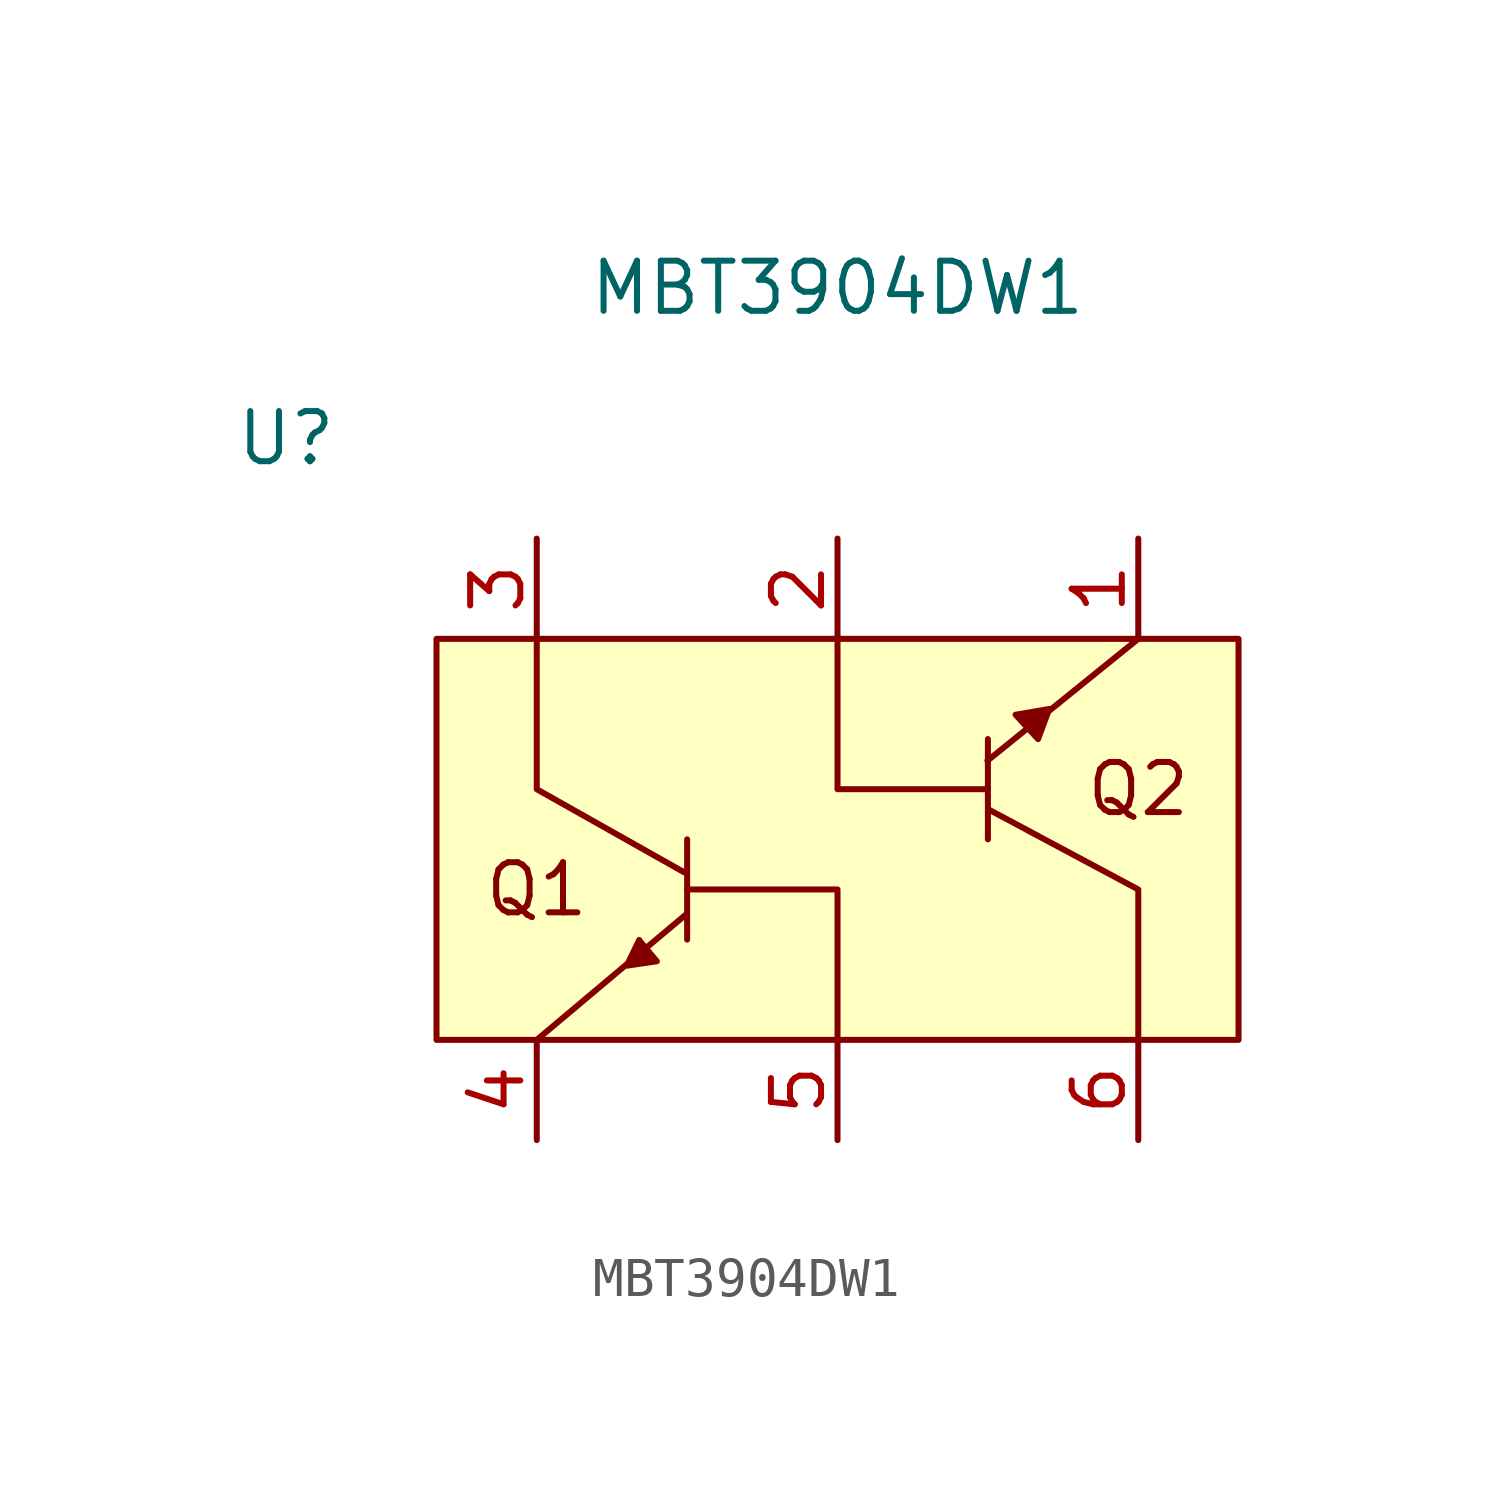
<source format=kicad_sym>
(kicad_symbol_lib
  (version 20211014)
  (generator kicad_symbol_editor)
  (symbol "MBT3904DW1"
    (property "Reference" "U"
      (at -20.32 0 0)
      (effects (font (size 1.27 1.27))))
    (property "Value" "MBT3904DW1"
      (at -6.35 3.81 0)
      (effects (font (size 1.27 1.27))))
    (symbol "MBT3904DW1_0_0"
      (text "Q1" (at -13.97 -11.43 0) (effects (font (size 1.27 1.27))))
      (text "Q2" (at 1.27 -8.89 0) (effects (font (size 1.27 1.27)))))
    (symbol "MBT3904DW1_0_1"
      (rectangle (start -16.51 -5.08) (end 3.81 -15.24) (stroke (width 0) (type default) (color 0 0 0 0)) (fill (type background)))
      (polyline (pts (xy -13.97 -15.24) (xy -10.183 -12.058)) (stroke (width 0) (type default) (color 0 0 0 0)) (fill (type none)))
      (polyline (pts (xy -10.16 -10.16) (xy -10.16 -12.7)) (stroke (width 0) (type default) (color 0 0 0 0)) (fill (type none)))
      (polyline (pts (xy -2.54 -7.62) (xy -2.54 -10.16)) (stroke (width 0) (type default) (color 0 0 0 0)) (fill (type none)))
      (polyline (pts (xy 1.27 -5.08) (xy -2.553 -8.169)) (stroke (width 0) (type default) (color 0 0 0 0)) (fill (type none)))
      (polyline (pts (xy -13.97 -5.08) (xy -13.97 -8.89) (xy -10.239 -10.993)) (stroke (width 0) (type default) (color 0 0 0 0)) (fill (type none)))
      (polyline (pts (xy -10.16 -11.43) (xy -6.35 -11.43) (xy -6.35 -15.24)) (stroke (width 0) (type default) (color 0 0 0 0)) (fill (type none)))
      (polyline (pts (xy -2.54 -8.89) (xy -6.35 -8.89) (xy -6.35 -5.08)) (stroke (width 0) (type default) (color 0 0 0 0)) (fill (type none)))
      (polyline (pts (xy 1.27 -15.24) (xy 1.27 -11.43) (xy -2.498 -9.416)) (stroke (width 0) (type default) (color 0 0 0 0)) (fill (type none)))
      (polyline (pts (xy -11.377 -12.714) (xy -10.928 -13.249) (xy -11.691 -13.361) (xy -11.374 -12.709)) (stroke (width 0) (type default) (color 0 0 0 0)) (fill (type outline)))
      (polyline (pts (xy -1.27 -7.62) (xy -1.839 -7.003) (xy -0.985 -6.857) (xy -1.27 -7.62)) (stroke (width 0) (type default) (color 0 0 0 0)) (fill (type outline))))
    (symbol "MBT3904DW1_1_1"
      (pin input line (at 1.27 -2.54 270) (length 2.54) (name "" (effects (font (size 1.27 1.27)))) (number "1" (effects (font (size 1.27 1.27)))))
      (pin input line (at -6.35 -2.54 270) (length 2.54) (name "" (effects (font (size 1.27 1.27)))) (number "2" (effects (font (size 1.27 1.27)))))
      (pin input line (at -13.97 -2.54 270) (length 2.54) (name "" (effects (font (size 1.27 1.27)))) (number "3" (effects (font (size 1.27 1.27)))))
      (pin input line (at -13.97 -17.78 90) (length 2.54) (name "" (effects (font (size 1.27 1.27)))) (number "4" (effects (font (size 1.27 1.27)))))
      (pin input line (at -6.35 -17.78 90) (length 2.54) (name "" (effects (font (size 1.27 1.27)))) (number "5" (effects (font (size 1.27 1.27)))))
      (pin input line (at 1.27 -17.78 90) (length 2.54) (name "" (effects (font (size 1.27 1.27)))) (number "6" (effects (font (size 1.27 1.27))))))))
</source>
